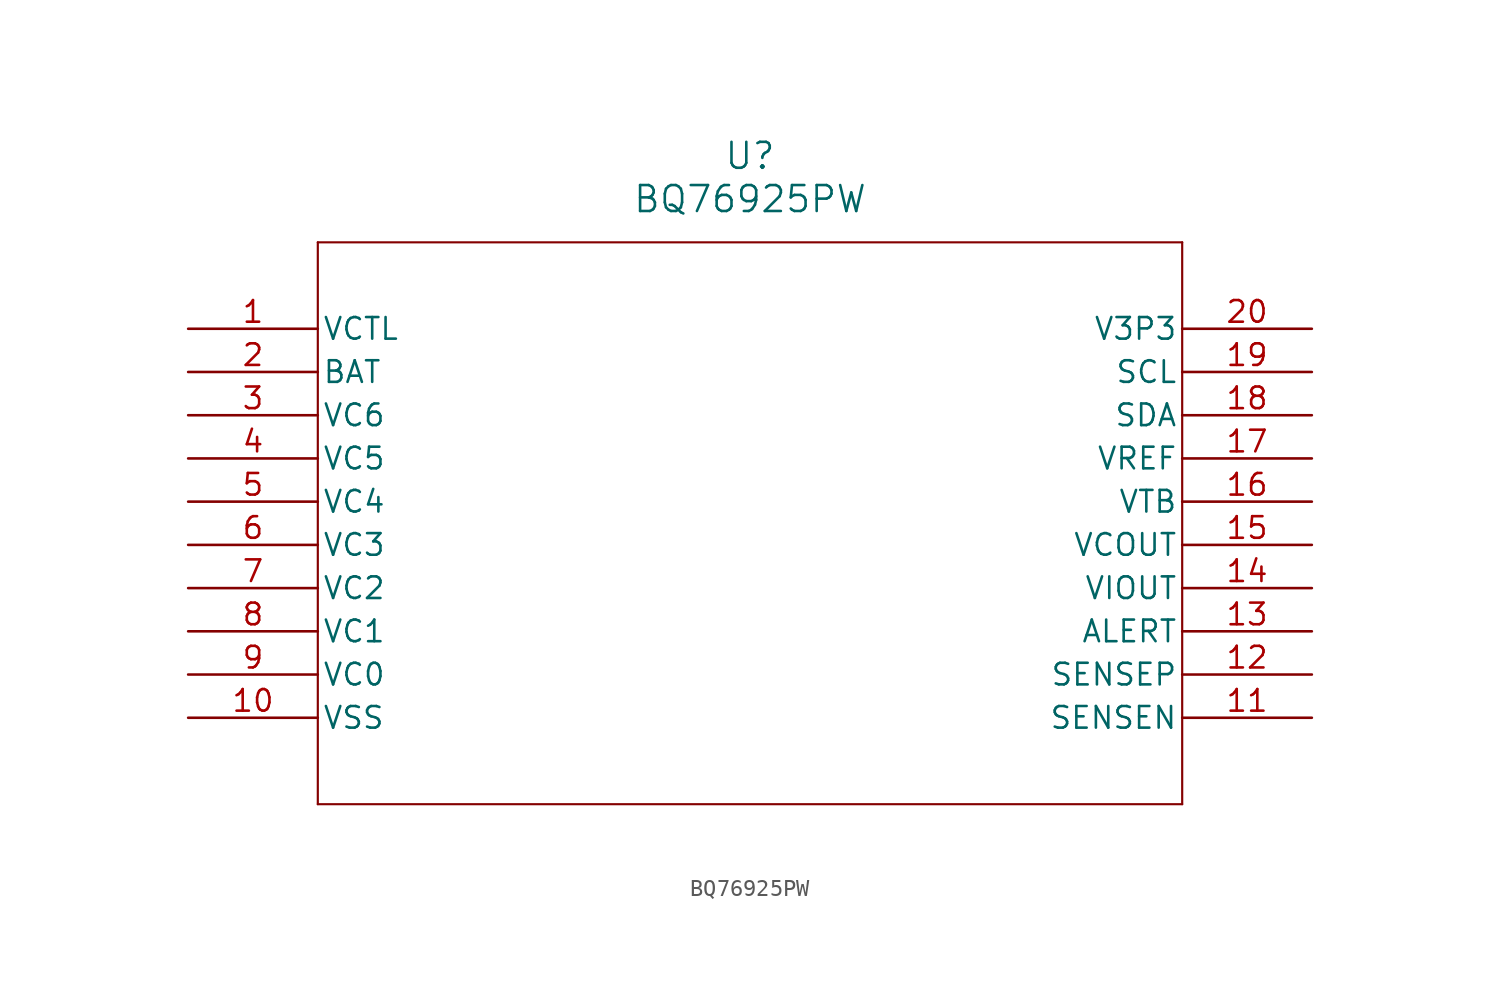
<source format=kicad_sym>
(kicad_symbol_lib
  (version 20211014)
  (generator kicad_symbol_editor)
  (symbol "BQ76925PW"
    (pin_names
      (offset 0.254))
    (property "Reference" "U"
      (at 33.02 10.16 0)
      (effects (font (size 1.524 1.524))))
    (property "Value" "BQ76925PW"
      (at 33.02 7.62 0)
      (effects (font (size 1.524 1.524))))
    (symbol "BQ76925PW_0_1"
      (polyline (pts (xy 7.62 5.08) (xy 7.62 -27.94)) (stroke (width 0.127) (type default) (color 0 0 0 0)) (fill (type none)))
      (polyline (pts (xy 7.62 -27.94) (xy 58.42 -27.94)) (stroke (width 0.127) (type default) (color 0 0 0 0)) (fill (type none)))
      (polyline (pts (xy 58.42 -27.94) (xy 58.42 5.08)) (stroke (width 0.127) (type default) (color 0 0 0 0)) (fill (type none)))
      (polyline (pts (xy 58.42 5.08) (xy 7.62 5.08)) (stroke (width 0.127) (type default) (color 0 0 0 0)) (fill (type none)))
      (pin output line (at 0 0 0) (length 7.62) (name "VCTL" (effects (font (size 1.27 1.27)))) (number "1" (effects (font (size 1.27 1.27)))))
      (pin power_in line (at 0 -2.54 0) (length 7.62) (name "BAT" (effects (font (size 1.27 1.27)))) (number "2" (effects (font (size 1.27 1.27)))))
      (pin input line (at 0 -5.08 0) (length 7.62) (name "VC6" (effects (font (size 1.27 1.27)))) (number "3" (effects (font (size 1.27 1.27)))))
      (pin input line (at 0 -7.62 0) (length 7.62) (name "VC5" (effects (font (size 1.27 1.27)))) (number "4" (effects (font (size 1.27 1.27)))))
      (pin input line (at 0 -10.16 0) (length 7.62) (name "VC4" (effects (font (size 1.27 1.27)))) (number "5" (effects (font (size 1.27 1.27)))))
      (pin input line (at 0 -12.7 0) (length 7.62) (name "VC3" (effects (font (size 1.27 1.27)))) (number "6" (effects (font (size 1.27 1.27)))))
      (pin input line (at 0 -15.24 0) (length 7.62) (name "VC2" (effects (font (size 1.27 1.27)))) (number "7" (effects (font (size 1.27 1.27)))))
      (pin input line (at 0 -17.78 0) (length 7.62) (name "VC1" (effects (font (size 1.27 1.27)))) (number "8" (effects (font (size 1.27 1.27)))))
      (pin input line (at 0 -20.32 0) (length 7.62) (name "VC0" (effects (font (size 1.27 1.27)))) (number "9" (effects (font (size 1.27 1.27)))))
      (pin power_in line (at 0 -22.86 0) (length 7.62) (name "VSS" (effects (font (size 1.27 1.27)))) (number "10" (effects (font (size 1.27 1.27)))))
      (pin input line (at 66.04 -22.86 180) (length 7.62) (name "SENSEN" (effects (font (size 1.27 1.27)))) (number "11" (effects (font (size 1.27 1.27)))))
      (pin input line (at 66.04 -20.32 180) (length 7.62) (name "SENSEP" (effects (font (size 1.27 1.27)))) (number "12" (effects (font (size 1.27 1.27)))))
      (pin output line (at 66.04 -17.78 180) (length 7.62) (name "ALERT" (effects (font (size 1.27 1.27)))) (number "13" (effects (font (size 1.27 1.27)))))
      (pin output line (at 66.04 -15.24 180) (length 7.62) (name "VIOUT" (effects (font (size 1.27 1.27)))) (number "14" (effects (font (size 1.27 1.27)))))
      (pin output line (at 66.04 -12.7 180) (length 7.62) (name "VCOUT" (effects (font (size 1.27 1.27)))) (number "15" (effects (font (size 1.27 1.27)))))
      (pin output line (at 66.04 -10.16 180) (length 7.62) (name "VTB" (effects (font (size 1.27 1.27)))) (number "16" (effects (font (size 1.27 1.27)))))
      (pin output line (at 66.04 -7.62 180) (length 7.62) (name "VREF" (effects (font (size 1.27 1.27)))) (number "17" (effects (font (size 1.27 1.27)))))
      (pin bidirectional line (at 66.04 -5.08 180) (length 7.62) (name "SDA" (effects (font (size 1.27 1.27)))) (number "18" (effects (font (size 1.27 1.27)))))
      (pin input line (at 66.04 -2.54 180) (length 7.62) (name "SCL" (effects (font (size 1.27 1.27)))) (number "19" (effects (font (size 1.27 1.27)))))
      (pin output line (at 66.04 0 180) (length 7.62) (name "V3P3" (effects (font (size 1.27 1.27)))) (number "20" (effects (font (size 1.27 1.27))))))))
</source>
